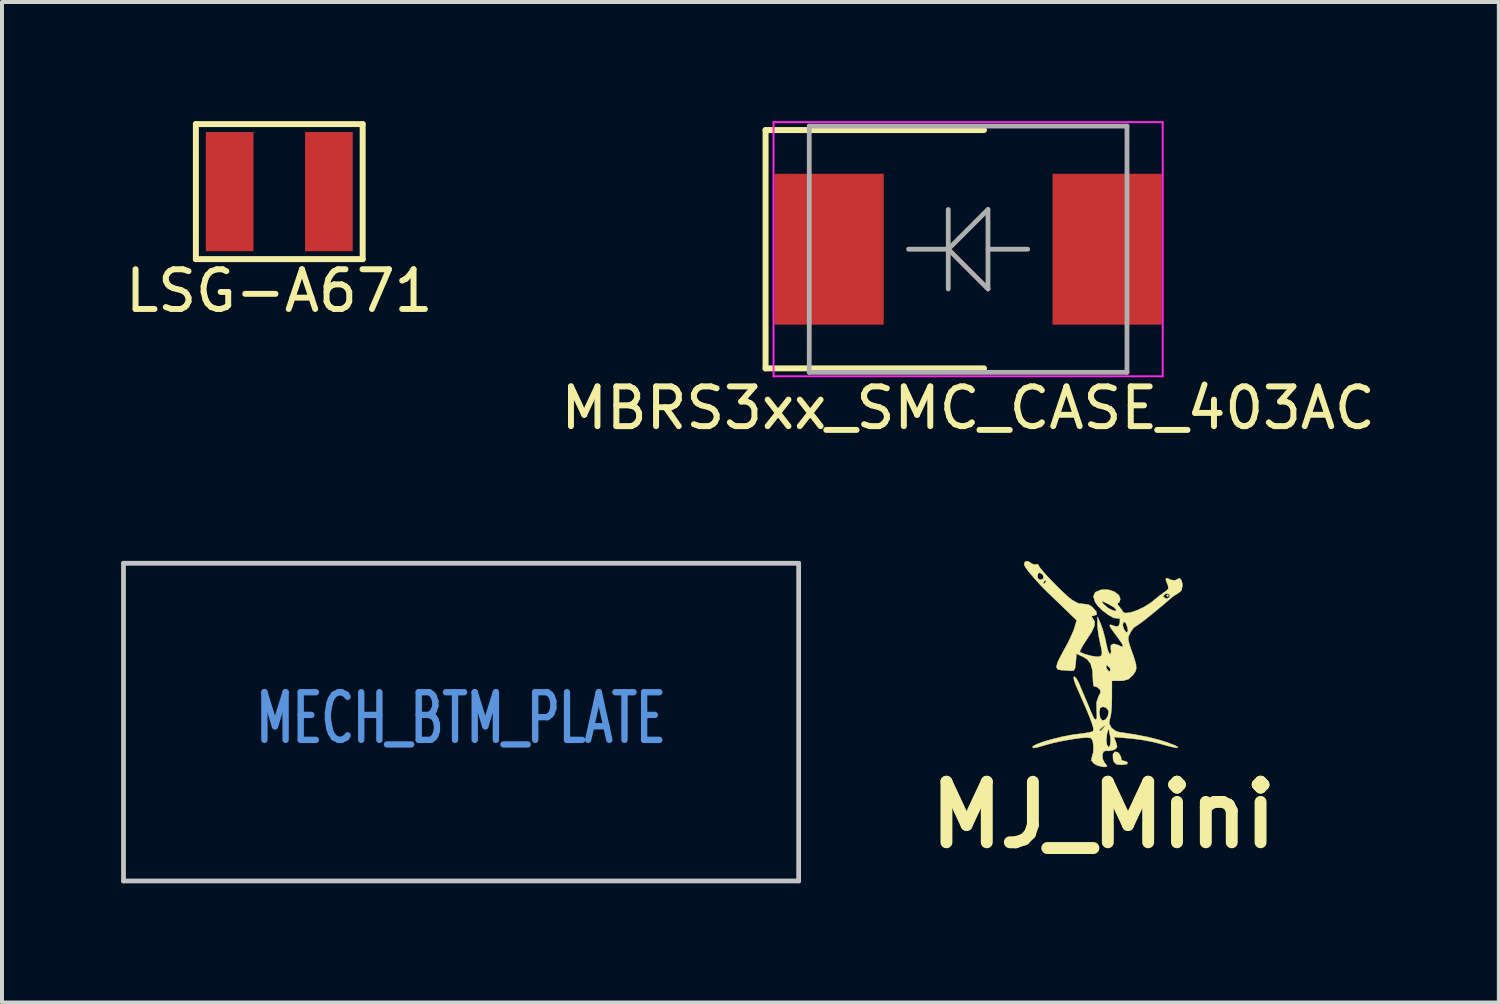
<source format=kicad_pcb>
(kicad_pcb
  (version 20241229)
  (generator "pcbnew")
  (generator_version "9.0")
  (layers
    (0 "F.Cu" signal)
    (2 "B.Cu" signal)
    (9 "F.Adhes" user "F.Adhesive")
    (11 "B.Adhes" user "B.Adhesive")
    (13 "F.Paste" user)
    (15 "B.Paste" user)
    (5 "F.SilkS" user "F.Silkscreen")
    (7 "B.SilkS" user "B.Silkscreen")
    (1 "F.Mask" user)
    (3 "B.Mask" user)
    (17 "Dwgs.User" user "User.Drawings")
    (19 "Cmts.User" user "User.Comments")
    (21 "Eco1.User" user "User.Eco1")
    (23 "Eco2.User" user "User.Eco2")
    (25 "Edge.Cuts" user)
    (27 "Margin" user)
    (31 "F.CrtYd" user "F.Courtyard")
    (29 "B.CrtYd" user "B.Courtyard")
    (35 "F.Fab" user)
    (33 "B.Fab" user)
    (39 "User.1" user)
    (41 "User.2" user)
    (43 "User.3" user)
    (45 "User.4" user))
  (footprint "MBRS3xx_SMC_CASE_403AC"
    (layer "F.Cu")
    (at 21.327 3.225)
    (property "Reference" "MBRS3xx_SMC_CASE_403AC" (at 0 4 0) (layer "F.SilkS") (effects (font (size 1 1) (thickness 0.15))))
    (attr smd)
    (fp_line (start -5.1 -3) (end 0.4 -3) (stroke (width 0.15) (type solid)) (layer "F.SilkS"))
    (fp_line (start -5.1 3) (end -5.1 -3) (stroke (width 0.15) (type solid)) (layer "F.SilkS"))
    (fp_line (start 0.4 3) (end -5.1 3) (stroke (width 0.15) (type solid)) (layer "F.SilkS"))
    (fp_line (start -4.9 -3.2) (end 4.9 -3.2) (stroke (width 0.05) (type solid)) (layer "F.CrtYd"))
    (fp_line (start -4.9 3.2) (end -4.9 -3.2) (stroke (width 0.05) (type solid)) (layer "F.CrtYd"))
    (fp_line (start 4.9 -3.2) (end 4.9 3.2) (stroke (width 0.05) (type solid)) (layer "F.CrtYd"))
    (fp_line (start 4.9 3.2) (end -4.9 3.2) (stroke (width 0.05) (type solid)) (layer "F.CrtYd"))
    (fp_line (start -4 -3.1) (end 4 -3.1) (stroke (width 0.12) (type solid)) (layer "F.Fab"))
    (fp_line (start -4 3.1) (end -4 -3.1) (stroke (width 0.12) (type solid)) (layer "F.Fab"))
    (fp_line (start -0.5 0) (end -1.5 0) (stroke (width 0.12) (type solid)) (layer "F.Fab"))
    (fp_line (start -0.5 0) (end 0.5 -1) (stroke (width 0.12) (type solid)) (layer "F.Fab"))
    (fp_line (start -0.5 1) (end -0.5 -1) (stroke (width 0.12) (type solid)) (layer "F.Fab"))
    (fp_line (start 0.5 -1) (end 0.5 1) (stroke (width 0.12) (type solid)) (layer "F.Fab"))
    (fp_line (start 0.5 0) (end 1.5 0) (stroke (width 0.12) (type solid)) (layer "F.Fab"))
    (fp_line (start 0.5 1) (end -0.5 0) (stroke (width 0.12) (type solid)) (layer "F.Fab"))
    (fp_line (start 4 -3.1) (end 4 3.1) (stroke (width 0.12) (type solid)) (layer "F.Fab"))
    (fp_line (start 4 3.1) (end -4 3.1) (stroke (width 0.12) (type solid)) (layer "F.Fab"))
    (pad "1" smd rect (at -3.5 0) (size 2.75 3.8) (layers "F.Cu" "F.Mask" "F.Paste"))
    (pad "2" smd rect (at 3.5 0) (size 2.75 3.8) (layers "F.Cu" "F.Mask" "F.Paste")))
  (footprint "MECH_BTM_PLATE"
    (layer "F.Cu")
    (at 8.56 15.633)
    (property "Reference" "MECH_BTM_PLATE" (at 0 -0.6 0) (unlocked yes) (layer "Cmts.User") (effects (font (size 1.2 0.8) (thickness 0.16))))
    (fp_line (start -8.5 -4.5) (end -8.5 3.5) (stroke (width 0.12) (type solid)) (layer "Dwgs.User"))
    (fp_line (start -8.5 3.5) (end 8.5 3.5) (stroke (width 0.12) (type solid)) (layer "Dwgs.User"))
    (fp_line (start 8.5 -4.5) (end -8.5 -4.5) (stroke (width 0.12) (type solid)) (layer "Dwgs.User"))
    (fp_line (start 8.5 3.5) (end 8.5 -4.5) (stroke (width 0.12) (type solid)) (layer "Dwgs.User")))
  (footprint "LSG-A671"
    (layer "F.Cu")
    (at 3.982 1.775)
    (property "Reference" "LSG-A671" (at 0 2.5 0) (layer "F.SilkS") (effects (font (size 1 1) (thickness 0.15))))
    (attr through_hole)
    (fp_line (start -2.1 -1.7) (end -2.1 1.7) (stroke (width 0.15) (type solid)) (layer "F.SilkS"))
    (fp_line (start -2.1 1.7) (end 2.1 1.7) (stroke (width 0.15) (type solid)) (layer "F.SilkS"))
    (fp_line (start 2.1 -1.7) (end -2.1 -1.7) (stroke (width 0.15) (type solid)) (layer "F.SilkS"))
    (fp_line (start 2.1 1.7) (end 2.1 -1.7) (stroke (width 0.15) (type solid)) (layer "F.SilkS"))
    (pad "1" smd rect (at -1.25 0) (size 1.2 3) (layers "F.Cu" "F.Mask" "F.Paste"))
    (pad "2" smd rect (at 1.25 0) (size 1.2 3) (layers "F.Cu" "F.Mask" "F.Paste")))
  (footprint "MJ_Mini"
    (layer "F.Cu")
    (at 24.736 13.669)
    (property "Reference" "MJ_Mini" (at 0 3.8 0) (layer "F.SilkS") (effects (font (size 1.524 1.524) (thickness 0.3))))
    (attr through_hole)
    (fp_poly (pts (xy 1.64 -1.72) (xy 1.614 -1.693) (xy 1.587 -1.72) (xy 1.614 -1.746) (xy 1.64 -1.72)) (stroke (width 0.01) (type solid)) (fill yes) (layer "F.SilkS"))
    (fp_poly (pts (xy 0.358 2.221) (xy 0.402 2.265) (xy 0.444 2.354) (xy 0.442 2.394) (xy 0.461 2.429) (xy 0.496 2.434) (xy 0.588 2.465) (xy 0.609 2.487) (xy 0.587 2.523) (xy 0.48 2.54) (xy 0.459 2.54) (xy 0.328 2.526) (xy 0.264 2.468) (xy 0.241 2.399) (xy 0.237 2.276) (xy 0.284 2.21) (xy 0.358 2.221)) (stroke (width 0.01) (type solid)) (fill yes) (layer "F.SilkS"))
    (fp_poly (pts (xy -1.831 -2.547) (xy -1.823 -2.536) (xy -1.751 -2.502) (xy -1.714 -2.508) (xy -1.65 -2.509) (xy -1.64 -2.491) (xy -1.605 -2.43) (xy -1.51 -2.315) (xy -1.375 -2.167) (xy -1.218 -2.003) (xy -1.057 -1.844) (xy -0.91 -1.708) (xy -0.798 -1.616) (xy -0.635 -1.526) (xy -0.507 -1.512) (xy -0.373 -1.495) (xy -0.277 -1.429) (xy -0.179 -1.315) (xy -0.17 -1.242) (xy -0.249 -1.217) (xy -0.307 -1.203) (xy -0.275 -1.154) (xy -0.222 -1.068) (xy -0.228 -0.959) (xy -0.297 -0.809) (xy -0.421 -0.619) (xy -0.519 -0.468) (xy -0.581 -0.354) (xy -0.594 -0.3) (xy -0.593 -0.299) (xy -0.465 -0.246) (xy -0.308 -0.204) (xy -0.166 -0.182) (xy -0.093 -0.187) (xy -0.05 -0.217) (xy -0.037 -0.278) (xy -0.055 -0.396) (xy -0.083 -0.519) (xy -0.123 -0.723) (xy -0.148 -0.915) (xy -0.153 -1.005) (xy -0.15 -1.191) (xy -0.069 -1.005) (xy -0.013 -0.845) (xy 0.042 -0.639) (xy 0.067 -0.518) (xy 0.104 -0.362) (xy 0.143 -0.264) (xy 0.17 -0.245) (xy 0.194 -0.312) (xy 0.185 -0.37) (xy 0.186 -0.472) (xy 0.258 -0.509) (xy 0.374 -0.474) (xy 0.466 -0.434) (xy 0.495 -0.448) (xy 0.459 -0.524) (xy 0.356 -0.67) (xy 0.305 -0.738) (xy 0.194 -0.891) (xy 0.153 -0.973) (xy 0.177 -0.988) (xy 0.189 -0.984) (xy 0.319 -0.943) (xy 0.383 -0.958) (xy 0.388 -0.973) (xy 0.485 -0.973) (xy 0.515 -0.874) (xy 0.566 -0.802) (xy 0.589 -0.794) (xy 0.617 -0.836) (xy 0.606 -0.913) (xy 0.562 -1.031) (xy 0.524 -1.061) (xy 0.498 -1.045) (xy 0.485 -0.973) (xy 0.388 -0.973) (xy 0.411 -1.04) (xy 0.414 -1.053) (xy 0.412 -1.143) (xy 0.36 -1.151) (xy 0.354 -1.149) (xy 0.262 -1.161) (xy 0.13 -1.231) (xy -0.014 -1.338) (xy -0.14 -1.46) (xy -0.208 -1.554) (xy -0.212 -1.567) (xy -0.04 -1.567) (xy -0.002 -1.511) (xy 0.11 -1.413) (xy 0.183 -1.373) (xy 0.281 -1.335) (xy 0.314 -1.334) (xy 0.318 -1.367) (xy 0.318 -1.367) (xy 0.269 -1.423) (xy 0.134 -1.504) (xy -0.026 -1.581) (xy -0.04 -1.567) (xy -0.212 -1.567) (xy -0.255 -1.704) (xy -0.207 -1.807) (xy -0.063 -1.869) (xy -0.054 -1.87) (xy 0.115 -1.872) (xy 0.273 -1.821) (xy 0.386 -1.734) (xy 0.423 -1.639) (xy 0.399 -1.554) (xy 0.367 -1.535) (xy 0.352 -1.505) (xy 0.388 -1.456) (xy 0.463 -1.362) (xy 0.488 -1.314) (xy 0.549 -1.281) (xy 0.674 -1.295) (xy 0.838 -1.348) (xy 1.016 -1.432) (xy 1.184 -1.537) (xy 1.243 -1.583) (xy 1.388 -1.701) (xy 1.406 -1.715) (xy 1.507 -1.715) (xy 1.512 -1.688) (xy 1.588 -1.642) (xy 1.657 -1.674) (xy 1.673 -1.736) (xy 1.619 -1.772) (xy 1.56 -1.765) (xy 1.507 -1.715) (xy 1.406 -1.715) (xy 1.514 -1.796) (xy 1.566 -1.831) (xy 1.631 -1.887) (xy 1.627 -1.965) (xy 1.601 -2.029) (xy 1.565 -2.137) (xy 1.598 -2.165) (xy 1.692 -2.119) (xy 1.798 -2.104) (xy 1.838 -2.127) (xy 1.918 -2.159) (xy 1.969 -2.093) (xy 1.99 -1.984) (xy 1.962 -1.851) (xy 1.897 -1.795) (xy 1.767 -1.712) (xy 1.703 -1.661) (xy 1.475 -1.467) (xy 1.259 -1.288) (xy 1.07 -1.135) (xy 0.922 -1.022) (xy 0.831 -0.96) (xy 0.812 -0.952) (xy 0.758 -0.911) (xy 0.687 -0.81) (xy 0.681 -0.8) (xy 0.634 -0.705) (xy 0.623 -0.619) (xy 0.648 -0.505) (xy 0.697 -0.363) (xy 0.776 -0.139) (xy 0.818 0.012) (xy 0.825 0.115) (xy 0.799 0.196) (xy 0.741 0.279) (xy 0.63 0.382) (xy 0.49 0.421) (xy 0.419 0.423) (xy 0.212 0.423) (xy 0.211 0.86) (xy 0.205 1.072) (xy 0.19 1.248) (xy 0.169 1.357) (xy 0.163 1.371) (xy 0.141 1.49) (xy 0.199 1.608) (xy 0.316 1.694) (xy 0.392 1.715) (xy 0.793 1.777) (xy 1.116 1.839) (xy 1.39 1.908) (xy 1.614 1.979) (xy 1.791 2.048) (xy 1.873 2.092) (xy 1.866 2.11) (xy 1.778 2.101) (xy 1.616 2.063) (xy 1.452 2.015) (xy 1.234 1.96) (xy 0.967 1.91) (xy 0.707 1.877) (xy 0.696 1.876) (xy 0.262 1.838) (xy 0.316 1.979) (xy 0.343 2.086) (xy 0.304 2.141) (xy 0.251 2.165) (xy 0.133 2.19) (xy 0.071 2.185) (xy 0.005 2.199) (xy -0.028 2.279) (xy -0.022 2.387) (xy 0.026 2.487) (xy 0.03 2.491) (xy 0.09 2.565) (xy 0.067 2.59) (xy -0.005 2.591) (xy -0.15 2.558) (xy -0.237 2.511) (xy -0.308 2.428) (xy -0.29 2.34) (xy -0.259 2.228) (xy -0.253 2.073) (xy -0.255 2.051) (xy -0.275 1.919) (xy -0.279 1.914) (xy 0.07 1.914) (xy 0.084 2.024) (xy 0.121 2.093) (xy 0.155 2.077) (xy 0.176 1.999) (xy 0.177 1.88) (xy 0.165 1.798) (xy 0.126 1.614) (xy 0.087 1.764) (xy 0.07 1.914) (xy -0.279 1.914) (xy -0.322 1.863) (xy -0.409 1.852) (xy -0.585 1.865) (xy -0.823 1.899) (xy -1.083 1.947) (xy -1.323 2.001) (xy -1.47 2.042) (xy -1.664 2.099) (xy -1.771 2.115) (xy -1.787 2.088) (xy -1.77 2.069) (xy -1.677 2.018) (xy -1.508 1.956) (xy -1.29 1.893) (xy -1.051 1.834) (xy -0.821 1.789) (xy -0.666 1.767) (xy -0.481 1.744) (xy -0.335 1.717) (xy -0.268 1.695) (xy -0.257 1.673) (xy -0.106 1.673) (xy -0.08 1.689) (xy -0.01 1.621) (xy 0.007 1.601) (xy 0.053 1.538) (xy 0.025 1.551) (xy -0.013 1.581) (xy -0.087 1.646) (xy -0.106 1.673) (xy -0.257 1.673) (xy -0.252 1.664) (xy -0.261 1.594) (xy -0.297 1.475) (xy -0.365 1.298) (xy -0.468 1.051) (xy -0.612 0.723) (xy -0.692 0.542) (xy -0.741 0.409) (xy -0.75 0.329) (xy -0.737 0.318) (xy -0.685 0.362) (xy -0.623 0.473) (xy -0.605 0.516) (xy -0.533 0.693) (xy -0.461 0.859) (xy -0.455 0.873) (xy -0.381 1.042) (xy -0.316 1.205) (xy -0.246 1.358) (xy -0.195 1.41) (xy -0.167 1.362) (xy -0.169 1.214) (xy -0.106 1.214) (xy -0.083 1.363) (xy -0.026 1.428) (xy 0.05 1.4) (xy 0.106 1.322) (xy 0.133 1.194) (xy 0.072 1.103) (xy -0.013 1.077) (xy -0.084 1.104) (xy -0.106 1.211) (xy -0.106 1.214) (xy -0.169 1.214) (xy -0.17 1.213) (xy -0.172 1.189) (xy -0.176 0.97) (xy -0.126 0.818) (xy -0.122 0.812) (xy -0.071 0.715) (xy -0.088 0.648) (xy -0.121 0.612) (xy -0.197 0.563) (xy -0.232 0.567) (xy -0.253 0.543) (xy -0.264 0.443) (xy -0.265 0.412) (xy -0.278 0.163) (xy -0.305 0.061) (xy 0.064 0.061) (xy 0.084 0.124) (xy 0.133 0.184) (xy 0.164 0.182) (xy 0.174 0.126) (xy 0.145 0.082) (xy 0.077 0.026) (xy 0.064 0.061) (xy -0.305 0.061) (xy -0.324 -0.007) (xy -0.412 -0.119) (xy -0.505 -0.176) (xy -0.682 -0.26) (xy -0.698 -0.037) (xy -0.715 0.102) (xy -0.75 0.164) (xy -0.823 0.173) (xy -0.847 0.171) (xy -0.988 0.158) (xy -1.071 0.154) (xy -1.157 0.135) (xy -1.186 0.074) (xy -1.156 -0.041) (xy -1.066 -0.223) (xy -1.011 -0.321) (xy -0.899 -0.527) (xy -0.803 -0.727) (xy -0.74 -0.881) (xy -0.736 -0.895) (xy -0.675 -1.099) (xy -1.091 -1.5) (xy -1.264 -1.667) (xy -1.41 -1.808) (xy -1.51 -1.907) (xy -1.546 -1.943) (xy -1.611 -2.014) (xy -1.522 -2.014) (xy -1.514 -2.011) (xy -1.466 -2.048) (xy -1.455 -2.064) (xy -1.442 -2.113) (xy -1.449 -2.117) (xy -1.497 -2.079) (xy -1.508 -2.064) (xy -1.522 -2.014) (xy -1.611 -2.014) (xy -1.746 -2.163) (xy -1.658 -2.163) (xy -1.603 -2.116) (xy -1.532 -2.138) (xy -1.512 -2.164) (xy -1.521 -2.232) (xy -1.555 -2.271) (xy -1.623 -2.301) (xy -1.657 -2.255) (xy -1.658 -2.163) (xy -1.746 -2.163) (xy -1.751 -2.169) (xy -1.889 -2.331) (xy -1.969 -2.441) (xy -2 -2.51) (xy -1.976 -2.576) (xy -1.904 -2.591) (xy -1.831 -2.547)) (stroke (width 0.01) (type solid)) (fill yes) (layer "F.SilkS")))
  (gr_rect
    (start -3 -3)
    (end 34.69 22.193)
    (stroke (width 0.1) (type default))
    (fill no)
    (layer "Edge.Cuts")))
</source>
